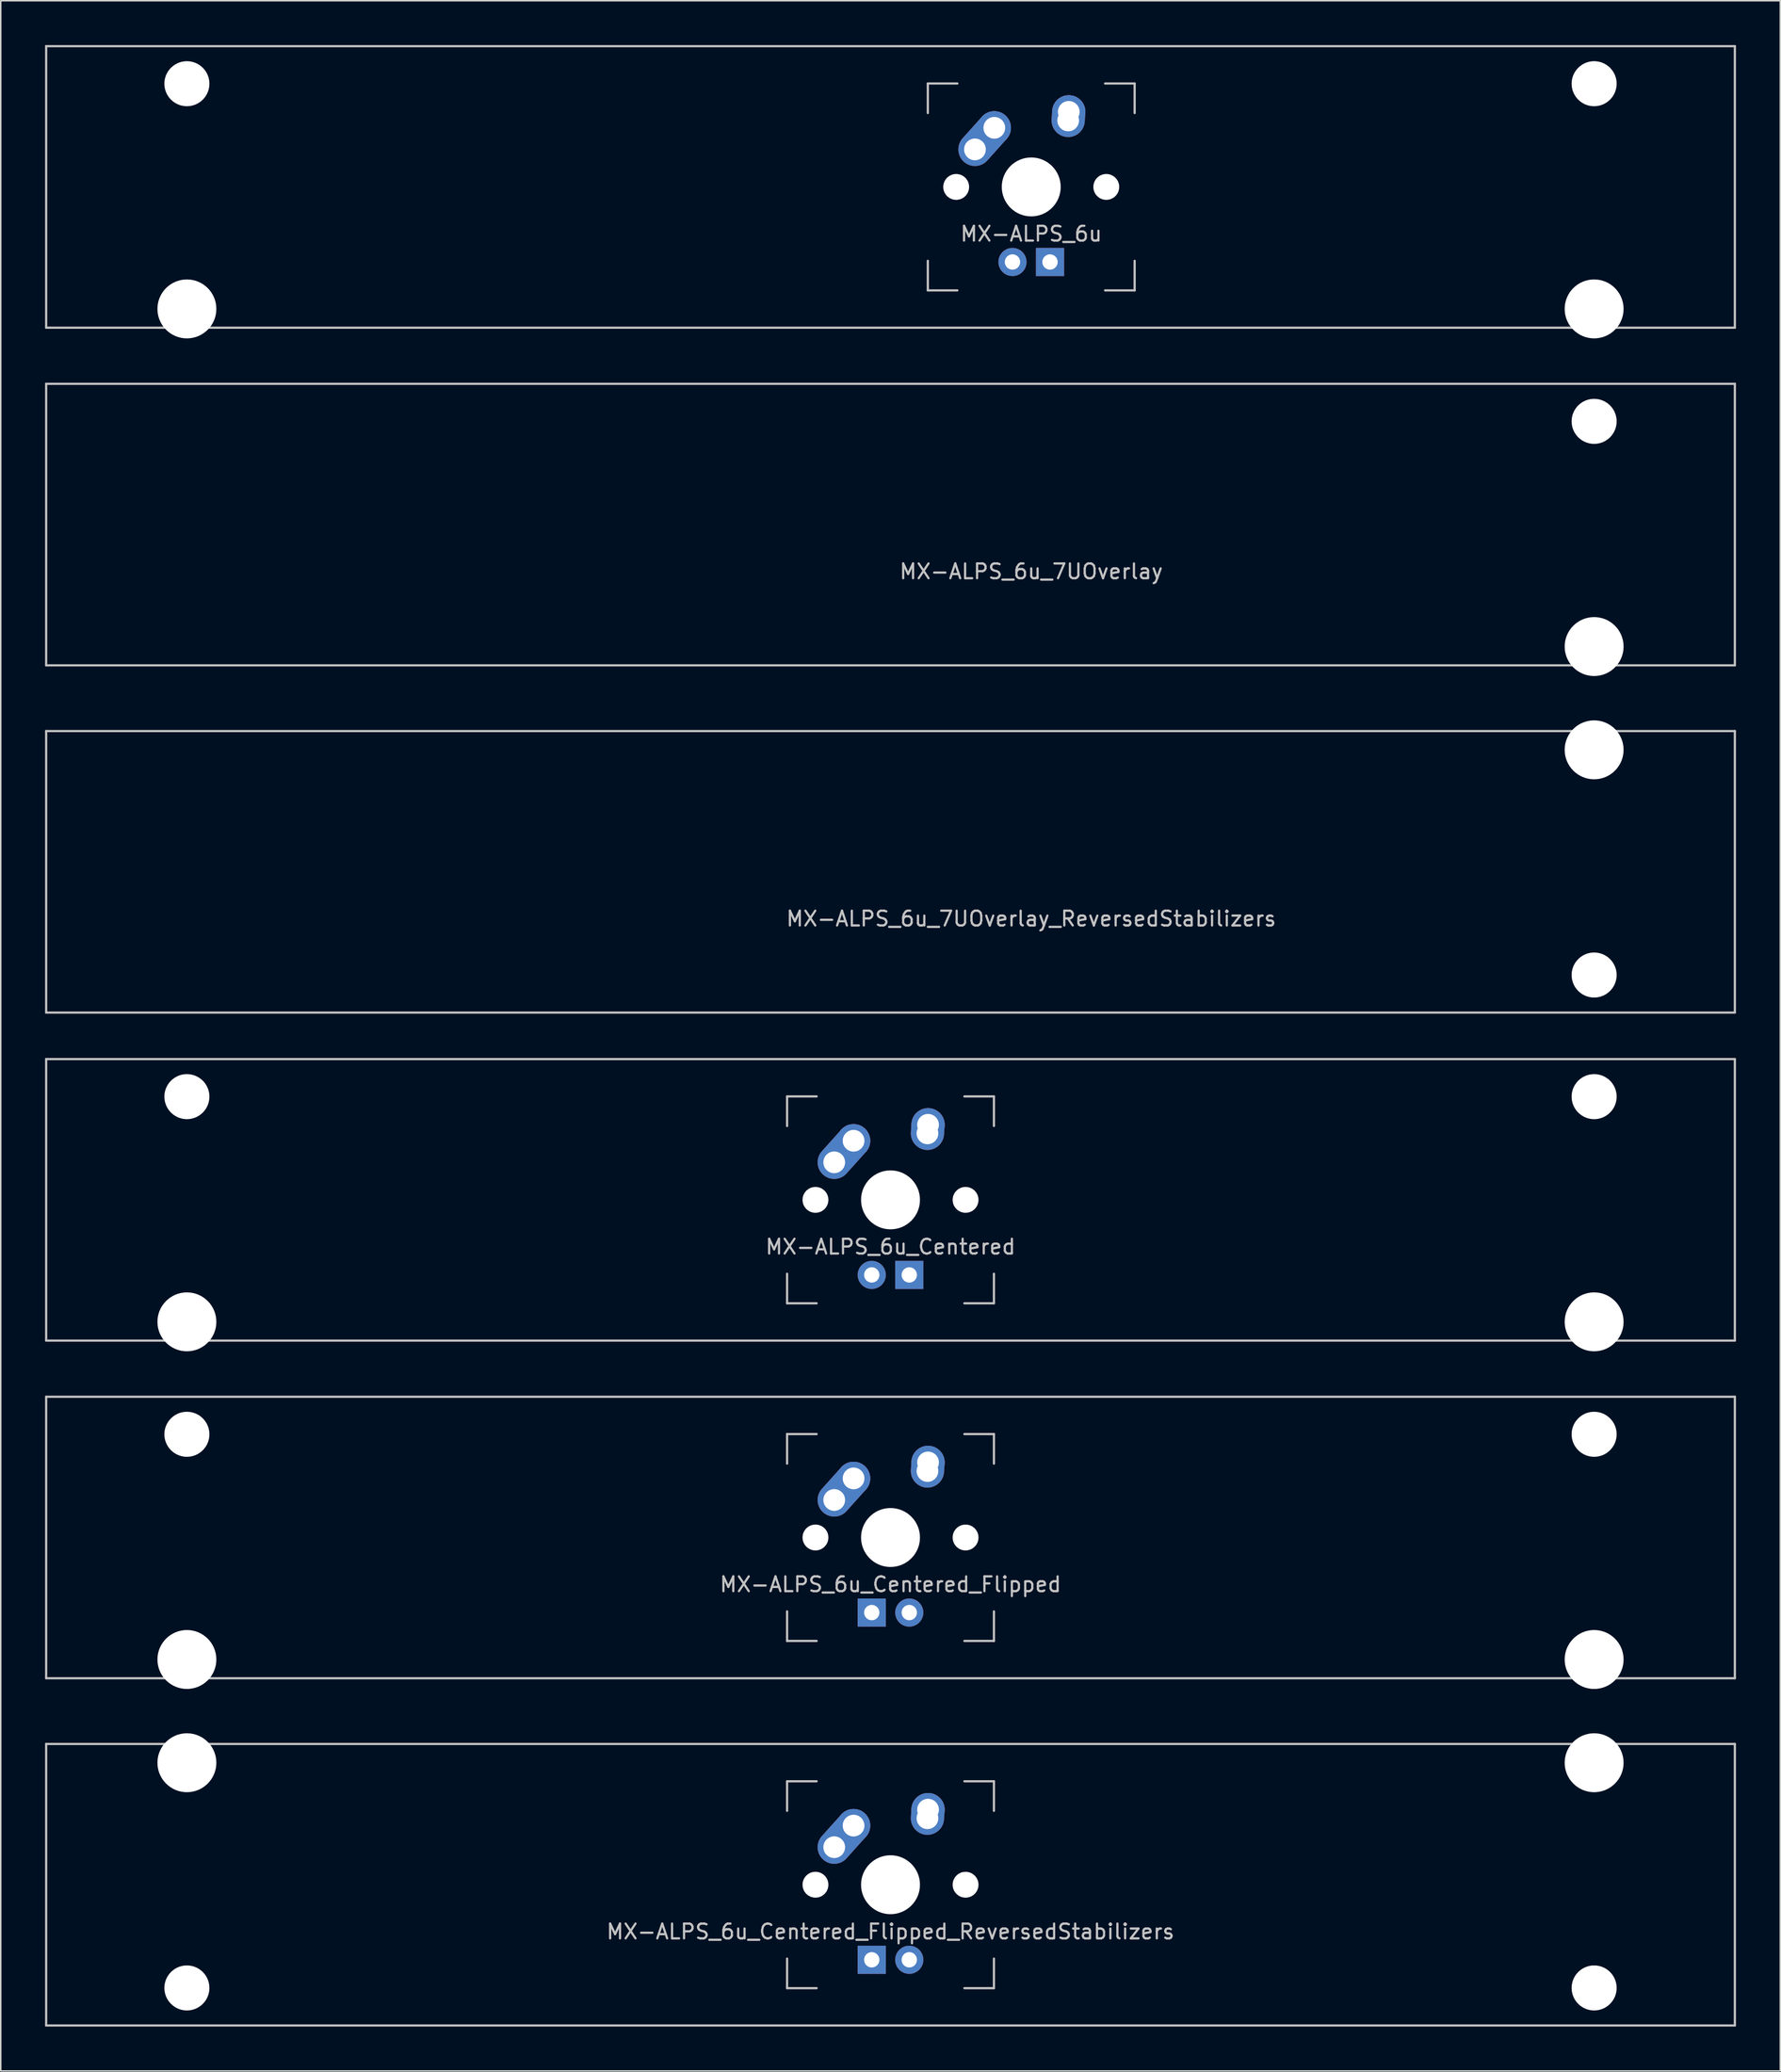
<source format=kicad_pcb>
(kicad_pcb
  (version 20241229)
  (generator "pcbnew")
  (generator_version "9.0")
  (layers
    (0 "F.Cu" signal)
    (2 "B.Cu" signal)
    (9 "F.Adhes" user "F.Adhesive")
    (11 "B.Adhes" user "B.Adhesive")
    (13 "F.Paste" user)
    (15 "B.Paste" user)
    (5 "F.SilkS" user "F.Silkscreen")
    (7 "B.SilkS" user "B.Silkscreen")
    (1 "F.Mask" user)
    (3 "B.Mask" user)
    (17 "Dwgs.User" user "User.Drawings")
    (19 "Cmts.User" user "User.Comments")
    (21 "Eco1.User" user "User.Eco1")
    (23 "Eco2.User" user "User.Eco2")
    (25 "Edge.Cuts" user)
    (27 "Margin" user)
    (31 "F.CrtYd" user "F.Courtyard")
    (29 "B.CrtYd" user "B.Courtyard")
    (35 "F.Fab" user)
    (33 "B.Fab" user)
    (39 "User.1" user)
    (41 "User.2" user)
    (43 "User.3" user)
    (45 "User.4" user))
  (footprint "MX-ALPS_6u_Centered"
    (layer "F.Cu")
    (at 57.225 78.147)
    (property "Reference" "MX-ALPS_6u_Centered" (at 0 3.175 0) (layer "Dwgs.User") (effects (font (size 1 1) (thickness 0.15))))
    (attr through_hole)
    (fp_line (start -57.15 -9.525) (end 57.15 -9.525) (stroke (width 0.15) (type solid)) (layer "Dwgs.User"))
    (fp_line (start -57.15 9.525) (end -57.15 -9.525) (stroke (width 0.15) (type solid)) (layer "Dwgs.User"))
    (fp_line (start -57.15 9.525) (end 57.15 9.525) (stroke (width 0.15) (type solid)) (layer "Dwgs.User"))
    (fp_line (start -7 -7) (end -7 -5) (stroke (width 0.15) (type solid)) (layer "Dwgs.User"))
    (fp_line (start -7 5) (end -7 7) (stroke (width 0.15) (type solid)) (layer "Dwgs.User"))
    (fp_line (start -7 7) (end -5 7) (stroke (width 0.15) (type solid)) (layer "Dwgs.User"))
    (fp_line (start -5 -7) (end -7 -7) (stroke (width 0.15) (type solid)) (layer "Dwgs.User"))
    (fp_line (start 5 -7) (end 7 -7) (stroke (width 0.15) (type solid)) (layer "Dwgs.User"))
    (fp_line (start 5 7) (end 7 7) (stroke (width 0.15) (type solid)) (layer "Dwgs.User"))
    (fp_line (start 7 -7) (end 7 -5) (stroke (width 0.15) (type solid)) (layer "Dwgs.User"))
    (fp_line (start 7 7) (end 7 5) (stroke (width 0.15) (type solid)) (layer "Dwgs.User"))
    (fp_line (start 57.15 -9.525) (end 57.15 9.525) (stroke (width 0.15) (type solid)) (layer "Dwgs.User"))
    (pad "" np_thru_hole circle (at -47.625 -6.985) (size 3.048 3.048) (drill 3.048) (layers "*.Cu" "*.Mask"))
    (pad "" np_thru_hole circle (at -47.625 8.255) (size 3.988 3.988) (drill 3.988) (layers "*.Cu" "*.Mask"))
    (pad "" np_thru_hole circle (at -5.08 0 48.1) (size 1.75 1.75) (drill 1.75) (layers "*.Cu" "*.Mask"))
    (pad "" np_thru_hole circle (at 0 0) (size 3.988 3.988) (drill 3.988) (layers "*.Cu" "*.Mask"))
    (pad "" np_thru_hole circle (at 5.08 0 48.1) (size 1.75 1.75) (drill 1.75) (layers "*.Cu" "*.Mask"))
    (pad "" np_thru_hole circle (at 47.625 -6.985) (size 3.048 3.048) (drill 3.048) (layers "*.Cu" "*.Mask"))
    (pad "" np_thru_hole circle (at 47.625 8.255) (size 3.988 3.988) (drill 3.988) (layers "*.Cu" "*.Mask"))
    (pad "1" thru_hole oval (at -3.81 -2.54 48.1) (size 4.212 2.25) (drill 1.47 (offset 0.981 0)) (layers "*.Cu" "B.Mask"))
    (pad "1" thru_hole circle (at -2.5 -4) (size 2.25 2.25) (drill 1.47) (layers "*.Cu" "B.Mask"))
    (pad "2" thru_hole oval (at 2.5 -4.5 86.055) (size 2.831 2.25) (drill 1.47 (offset 0.291 0)) (layers "*.Cu" "B.Mask"))
    (pad "2" thru_hole circle (at 2.54 -5.08) (size 2.25 2.25) (drill 1.47) (layers "*.Cu" "B.Mask"))
    (pad "3" thru_hole circle (at -1.27 5.08) (size 1.905 1.905) (drill 1.04) (layers "*.Cu" "B.Mask"))
    (pad "4" thru_hole rect (at 1.27 5.08) (size 1.905 1.905) (drill 1.04) (layers "*.Cu" "B.Mask")))
  (footprint "MX-ALPS_6u_7UOverlay"
    (layer "F.Cu")
    (at 57.225 32.449)
    (property "Reference" "MX-ALPS_6u_7UOverlay" (at 9.525 3.175 0) (layer "Dwgs.User") (effects (font (size 1 1) (thickness 0.15))))
    (attr through_hole)
    (fp_line (start -57.15 -9.525) (end 57.15 -9.525) (stroke (width 0.15) (type solid)) (layer "Dwgs.User"))
    (fp_line (start -57.15 9.525) (end -57.15 -9.525) (stroke (width 0.15) (type solid)) (layer "Dwgs.User"))
    (fp_line (start -57.15 9.525) (end 57.15 9.525) (stroke (width 0.15) (type solid)) (layer "Dwgs.User"))
    (fp_line (start 57.15 -9.525) (end 57.15 9.525) (stroke (width 0.15) (type solid)) (layer "Dwgs.User"))
    (pad "" np_thru_hole circle (at 47.625 -6.985) (size 3.048 3.048) (drill 3.048) (layers "*.Cu" "*.Mask"))
    (pad "" np_thru_hole circle (at 47.625 8.255) (size 3.988 3.988) (drill 3.988) (layers "*.Cu" "*.Mask")))
  (footprint "MX-ALPS_6u_Centered_Flipped"
    (layer "F.Cu")
    (at 57.225 100.996)
    (property "Reference" "MX-ALPS_6u_Centered_Flipped" (at 0 3.175 0) (layer "Dwgs.User") (effects (font (size 1 1) (thickness 0.15))))
    (attr through_hole)
    (fp_line (start -57.15 -9.525) (end 57.15 -9.525) (stroke (width 0.15) (type solid)) (layer "Dwgs.User"))
    (fp_line (start -57.15 9.525) (end -57.15 -9.525) (stroke (width 0.15) (type solid)) (layer "Dwgs.User"))
    (fp_line (start -57.15 9.525) (end 57.15 9.525) (stroke (width 0.15) (type solid)) (layer "Dwgs.User"))
    (fp_line (start -7 -7) (end -7 -5) (stroke (width 0.15) (type solid)) (layer "Dwgs.User"))
    (fp_line (start -7 5) (end -7 7) (stroke (width 0.15) (type solid)) (layer "Dwgs.User"))
    (fp_line (start -7 7) (end -5 7) (stroke (width 0.15) (type solid)) (layer "Dwgs.User"))
    (fp_line (start -5 -7) (end -7 -7) (stroke (width 0.15) (type solid)) (layer "Dwgs.User"))
    (fp_line (start 5 -7) (end 7 -7) (stroke (width 0.15) (type solid)) (layer "Dwgs.User"))
    (fp_line (start 5 7) (end 7 7) (stroke (width 0.15) (type solid)) (layer "Dwgs.User"))
    (fp_line (start 7 -7) (end 7 -5) (stroke (width 0.15) (type solid)) (layer "Dwgs.User"))
    (fp_line (start 7 7) (end 7 5) (stroke (width 0.15) (type solid)) (layer "Dwgs.User"))
    (fp_line (start 57.15 -9.525) (end 57.15 9.525) (stroke (width 0.15) (type solid)) (layer "Dwgs.User"))
    (pad "" np_thru_hole circle (at -47.625 -6.985) (size 3.048 3.048) (drill 3.048) (layers "*.Cu" "*.Mask"))
    (pad "" np_thru_hole circle (at -47.625 8.255) (size 3.988 3.988) (drill 3.988) (layers "*.Cu" "*.Mask"))
    (pad "" np_thru_hole circle (at -5.08 0 48.1) (size 1.75 1.75) (drill 1.75) (layers "*.Cu" "*.Mask"))
    (pad "" np_thru_hole circle (at 0 0) (size 3.988 3.988) (drill 3.988) (layers "*.Cu" "*.Mask"))
    (pad "" np_thru_hole circle (at 5.08 0 48.1) (size 1.75 1.75) (drill 1.75) (layers "*.Cu" "*.Mask"))
    (pad "" np_thru_hole circle (at 47.625 -6.985) (size 3.048 3.048) (drill 3.048) (layers "*.Cu" "*.Mask"))
    (pad "" np_thru_hole circle (at 47.625 8.255) (size 3.988 3.988) (drill 3.988) (layers "*.Cu" "*.Mask"))
    (pad "1" thru_hole oval (at -3.81 -2.54 48.1) (size 4.212 2.25) (drill 1.47 (offset 0.981 0)) (layers "*.Cu" "B.Mask"))
    (pad "1" thru_hole circle (at -2.5 -4) (size 2.25 2.25) (drill 1.47) (layers "*.Cu" "B.Mask"))
    (pad "2" thru_hole oval (at 2.5 -4.5 86.055) (size 2.831 2.25) (drill 1.47 (offset 0.291 0)) (layers "*.Cu" "B.Mask"))
    (pad "2" thru_hole circle (at 2.54 -5.08) (size 2.25 2.25) (drill 1.47) (layers "*.Cu" "B.Mask"))
    (pad "3" thru_hole circle (at 1.27 5.08) (size 1.905 1.905) (drill 1.04) (layers "*.Cu" "B.Mask"))
    (pad "4" thru_hole rect (at -1.27 5.08) (size 1.905 1.905) (drill 1.04) (layers "*.Cu" "B.Mask")))
  (footprint "MX-ALPS_6u_Centered_Flipped_ReversedStabilizers"
    (layer "F.Cu")
    (at 57.225 124.493)
    (property "Reference" "MX-ALPS_6u_Centered_Flipped_ReversedStabilizers" (at 0 3.175 0) (layer "Dwgs.User") (effects (font (size 1 1) (thickness 0.15))))
    (attr through_hole)
    (fp_line (start -57.15 -9.525) (end 57.15 -9.525) (stroke (width 0.15) (type solid)) (layer "Dwgs.User"))
    (fp_line (start -57.15 9.525) (end -57.15 -9.525) (stroke (width 0.15) (type solid)) (layer "Dwgs.User"))
    (fp_line (start -57.15 9.525) (end 57.15 9.525) (stroke (width 0.15) (type solid)) (layer "Dwgs.User"))
    (fp_line (start -7 -7) (end -7 -5) (stroke (width 0.15) (type solid)) (layer "Dwgs.User"))
    (fp_line (start -7 5) (end -7 7) (stroke (width 0.15) (type solid)) (layer "Dwgs.User"))
    (fp_line (start -7 7) (end -5 7) (stroke (width 0.15) (type solid)) (layer "Dwgs.User"))
    (fp_line (start -5 -7) (end -7 -7) (stroke (width 0.15) (type solid)) (layer "Dwgs.User"))
    (fp_line (start 5 -7) (end 7 -7) (stroke (width 0.15) (type solid)) (layer "Dwgs.User"))
    (fp_line (start 5 7) (end 7 7) (stroke (width 0.15) (type solid)) (layer "Dwgs.User"))
    (fp_line (start 7 -7) (end 7 -5) (stroke (width 0.15) (type solid)) (layer "Dwgs.User"))
    (fp_line (start 7 7) (end 7 5) (stroke (width 0.15) (type solid)) (layer "Dwgs.User"))
    (fp_line (start 57.15 -9.525) (end 57.15 9.525) (stroke (width 0.15) (type solid)) (layer "Dwgs.User"))
    (pad "" np_thru_hole circle (at -47.625 -8.255) (size 3.988 3.988) (drill 3.988) (layers "*.Cu" "*.Mask"))
    (pad "" np_thru_hole circle (at -47.625 6.985) (size 3.048 3.048) (drill 3.048) (layers "*.Cu" "*.Mask"))
    (pad "" np_thru_hole circle (at -5.08 0 48.1) (size 1.75 1.75) (drill 1.75) (layers "*.Cu" "*.Mask"))
    (pad "" np_thru_hole circle (at 0 0) (size 3.988 3.988) (drill 3.988) (layers "*.Cu" "*.Mask"))
    (pad "" np_thru_hole circle (at 5.08 0 48.1) (size 1.75 1.75) (drill 1.75) (layers "*.Cu" "*.Mask"))
    (pad "" np_thru_hole circle (at 47.625 -8.255) (size 3.988 3.988) (drill 3.988) (layers "*.Cu" "*.Mask"))
    (pad "" np_thru_hole circle (at 47.625 6.985) (size 3.048 3.048) (drill 3.048) (layers "*.Cu" "*.Mask"))
    (pad "1" thru_hole oval (at -3.81 -2.54 48.1) (size 4.212 2.25) (drill 1.47 (offset 0.981 0)) (layers "*.Cu" "B.Mask"))
    (pad "1" thru_hole circle (at -2.5 -4) (size 2.25 2.25) (drill 1.47) (layers "*.Cu" "B.Mask"))
    (pad "2" thru_hole oval (at 2.5 -4.5 86.055) (size 2.831 2.25) (drill 1.47 (offset 0.291 0)) (layers "*.Cu" "B.Mask"))
    (pad "2" thru_hole circle (at 2.54 -5.08) (size 2.25 2.25) (drill 1.47) (layers "*.Cu" "B.Mask"))
    (pad "3" thru_hole circle (at 1.27 5.08) (size 1.905 1.905) (drill 1.04) (layers "*.Cu" "B.Mask"))
    (pad "4" thru_hole rect (at -1.27 5.08) (size 1.905 1.905) (drill 1.04) (layers "*.Cu" "B.Mask")))
  (footprint "MX-ALPS_6u"
    (layer "F.Cu")
    (at 57.225 9.6)
    (property "Reference" "MX-ALPS_6u" (at 9.525 3.175 0) (layer "Dwgs.User") (effects (font (size 1 1) (thickness 0.15))))
    (attr through_hole)
    (fp_line (start -57.15 -9.525) (end 57.15 -9.525) (stroke (width 0.15) (type solid)) (layer "Dwgs.User"))
    (fp_line (start -57.15 9.525) (end -57.15 -9.525) (stroke (width 0.15) (type solid)) (layer "Dwgs.User"))
    (fp_line (start -57.15 9.525) (end 57.15 9.525) (stroke (width 0.15) (type solid)) (layer "Dwgs.User"))
    (fp_line (start 2.525 -7) (end 2.525 -5) (stroke (width 0.15) (type solid)) (layer "Dwgs.User"))
    (fp_line (start 2.525 5) (end 2.525 7) (stroke (width 0.15) (type solid)) (layer "Dwgs.User"))
    (fp_line (start 2.525 7) (end 4.525 7) (stroke (width 0.15) (type solid)) (layer "Dwgs.User"))
    (fp_line (start 4.525 -7) (end 2.525 -7) (stroke (width 0.15) (type solid)) (layer "Dwgs.User"))
    (fp_line (start 14.525 -7) (end 16.525 -7) (stroke (width 0.15) (type solid)) (layer "Dwgs.User"))
    (fp_line (start 14.525 7) (end 16.525 7) (stroke (width 0.15) (type solid)) (layer "Dwgs.User"))
    (fp_line (start 16.525 -7) (end 16.525 -5) (stroke (width 0.15) (type solid)) (layer "Dwgs.User"))
    (fp_line (start 16.525 7) (end 16.525 5) (stroke (width 0.15) (type solid)) (layer "Dwgs.User"))
    (fp_line (start 57.15 -9.525) (end 57.15 9.525) (stroke (width 0.15) (type solid)) (layer "Dwgs.User"))
    (pad "" np_thru_hole circle (at -47.625 -6.985) (size 3.048 3.048) (drill 3.048) (layers "*.Cu" "*.Mask"))
    (pad "" np_thru_hole circle (at -47.625 8.255) (size 3.988 3.988) (drill 3.988) (layers "*.Cu" "*.Mask"))
    (pad "" np_thru_hole circle (at 4.445 0 48.1) (size 1.75 1.75) (drill 1.75) (layers "*.Cu" "*.Mask"))
    (pad "" np_thru_hole circle (at 9.525 0) (size 3.988 3.988) (drill 3.988) (layers "*.Cu" "*.Mask"))
    (pad "" np_thru_hole circle (at 14.605 0 48.1) (size 1.75 1.75) (drill 1.75) (layers "*.Cu" "*.Mask"))
    (pad "" np_thru_hole circle (at 47.625 -6.985) (size 3.048 3.048) (drill 3.048) (layers "*.Cu" "*.Mask"))
    (pad "" np_thru_hole circle (at 47.625 8.255) (size 3.988 3.988) (drill 3.988) (layers "*.Cu" "*.Mask"))
    (pad "1" thru_hole oval (at 5.715 -2.54 48.1) (size 4.212 2.25) (drill 1.47 (offset 0.981 0)) (layers "*.Cu" "B.Mask"))
    (pad "1" thru_hole circle (at 7.025 -4) (size 2.25 2.25) (drill 1.47) (layers "*.Cu" "B.Mask"))
    (pad "2" thru_hole oval (at 12.025 -4.5 86.055) (size 2.831 2.25) (drill 1.47 (offset 0.291 0)) (layers "*.Cu" "B.Mask"))
    (pad "2" thru_hole circle (at 12.065 -5.08) (size 2.25 2.25) (drill 1.47) (layers "*.Cu" "B.Mask"))
    (pad "3" thru_hole circle (at 8.255 5.08) (size 1.905 1.905) (drill 1.04) (layers "*.Cu" "B.Mask"))
    (pad "4" thru_hole rect (at 10.795 5.08) (size 1.905 1.905) (drill 1.04) (layers "*.Cu" "B.Mask")))
  (footprint "MX-ALPS_6u_7UOverlay_ReversedStabilizers"
    (layer "F.Cu")
    (at 57.225 55.947)
    (property "Reference" "MX-ALPS_6u_7UOverlay_ReversedStabilizers" (at 9.525 3.175 0) (layer "Dwgs.User") (effects (font (size 1 1) (thickness 0.15))))
    (attr through_hole)
    (fp_line (start -57.15 -9.525) (end 57.15 -9.525) (stroke (width 0.15) (type solid)) (layer "Dwgs.User"))
    (fp_line (start -57.15 9.525) (end -57.15 -9.525) (stroke (width 0.15) (type solid)) (layer "Dwgs.User"))
    (fp_line (start -57.15 9.525) (end 57.15 9.525) (stroke (width 0.15) (type solid)) (layer "Dwgs.User"))
    (fp_line (start 57.15 -9.525) (end 57.15 9.525) (stroke (width 0.15) (type solid)) (layer "Dwgs.User"))
    (pad "" np_thru_hole circle (at 47.625 -8.255) (size 3.988 3.988) (drill 3.988) (layers "*.Cu" "*.Mask"))
    (pad "" np_thru_hole circle (at 47.625 6.985) (size 3.048 3.048) (drill 3.048) (layers "*.Cu" "*.Mask")))
  (gr_rect
    (start -3 -3)
    (end 117.45 137.093)
    (stroke (width 0.1) (type default))
    (fill no)
    (layer "Edge.Cuts")))
</source>
